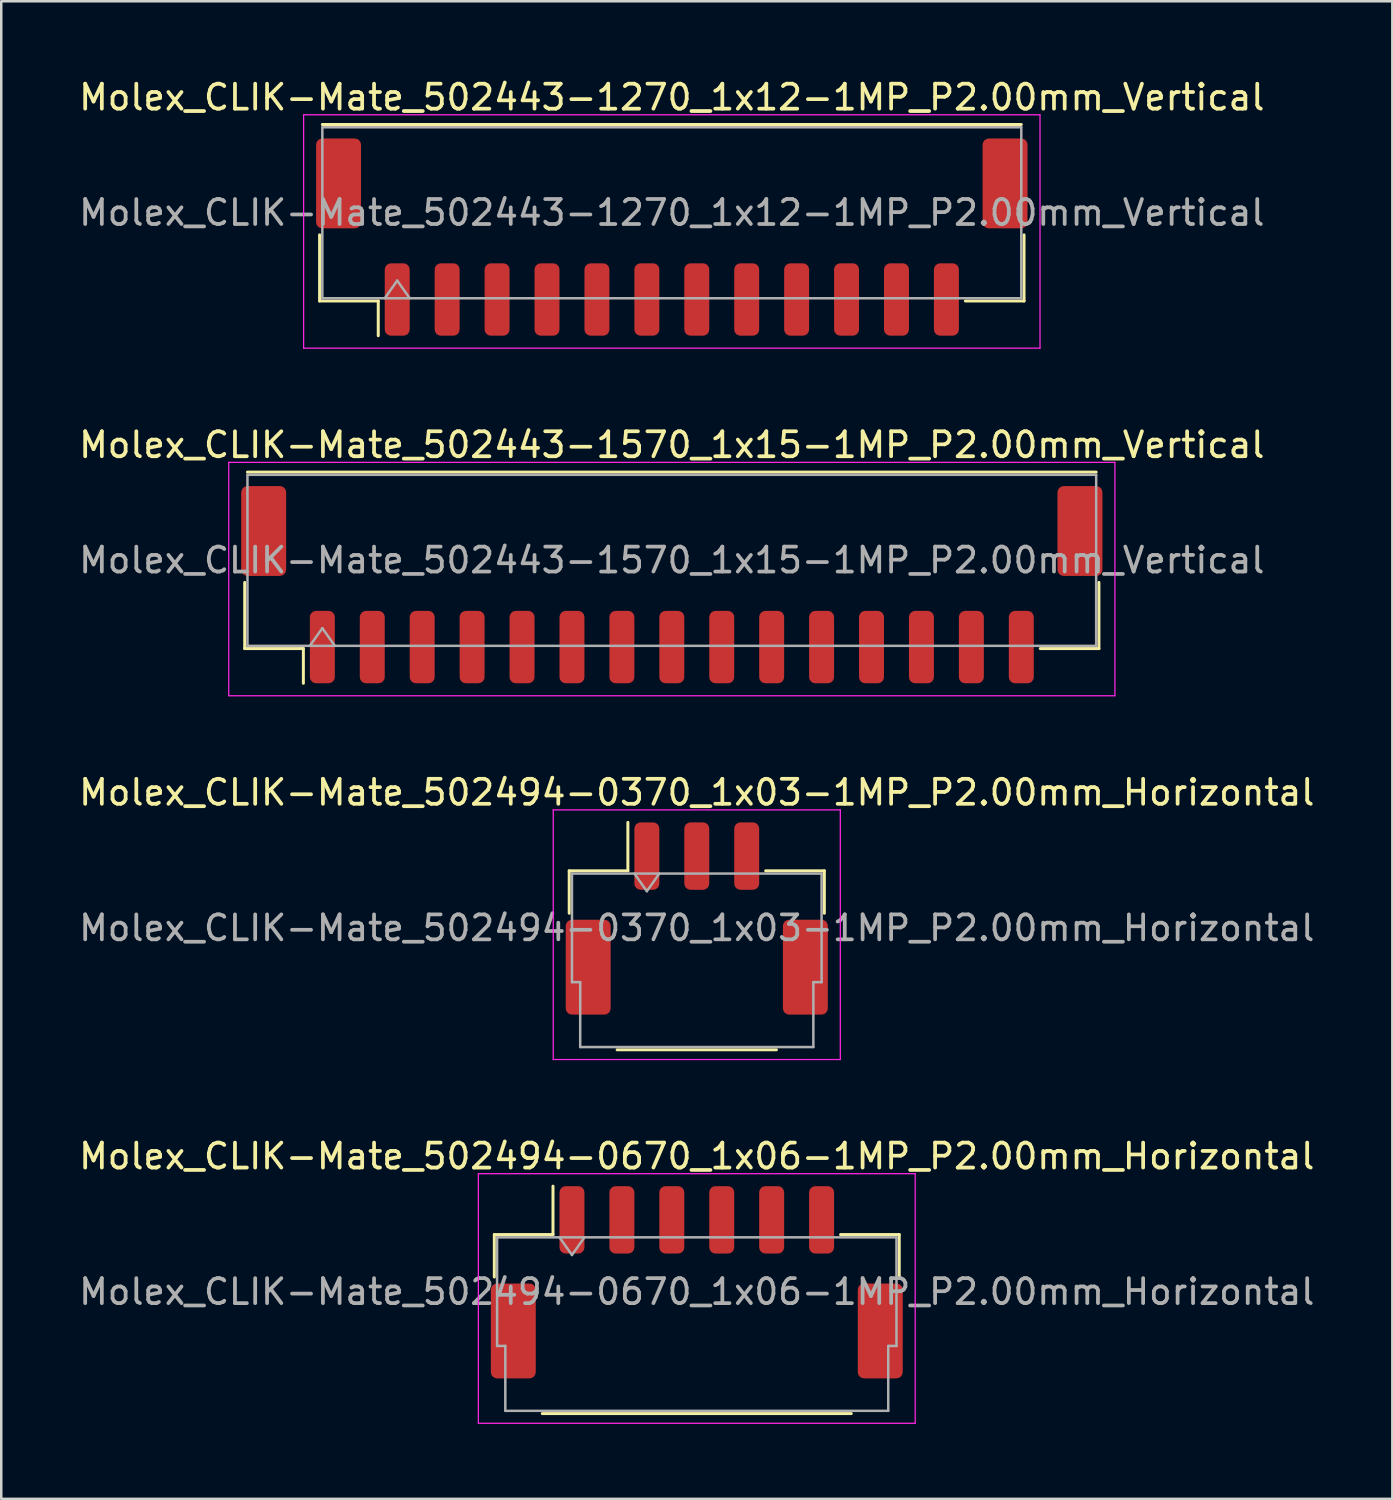
<source format=kicad_pcb>
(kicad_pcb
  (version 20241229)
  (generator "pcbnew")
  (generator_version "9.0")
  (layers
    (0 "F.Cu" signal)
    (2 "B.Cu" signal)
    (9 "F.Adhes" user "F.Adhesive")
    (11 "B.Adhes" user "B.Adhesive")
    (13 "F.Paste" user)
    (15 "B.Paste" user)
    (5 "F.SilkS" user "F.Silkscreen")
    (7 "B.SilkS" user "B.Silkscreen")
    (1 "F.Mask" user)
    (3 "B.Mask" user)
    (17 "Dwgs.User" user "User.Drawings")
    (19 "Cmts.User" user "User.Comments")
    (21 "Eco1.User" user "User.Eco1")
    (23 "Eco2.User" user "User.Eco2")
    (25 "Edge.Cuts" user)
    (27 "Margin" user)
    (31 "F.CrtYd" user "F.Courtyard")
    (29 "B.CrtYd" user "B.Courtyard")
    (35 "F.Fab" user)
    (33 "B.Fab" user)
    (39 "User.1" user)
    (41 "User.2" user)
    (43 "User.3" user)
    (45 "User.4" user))
  (footprint "Molex_CLIK-Mate_502443-1570_1x15-1MP_P2.00mm_Vertical"
    (layer "F.Cu")
    (at 23.863 20.372)
    (property "Reference" "Molex_CLIK-Mate_502443-1570_1x15-1MP_P2.00mm_Vertical" (at 0 -5.6 0) (layer "F.SilkS") (effects (font (size 1 1) (thickness 0.15))))
    (attr smd)
    (fp_line (start -17.11 -0.09) (end -17.11 2.56) (stroke (width 0.12) (type solid)) (layer "F.SilkS"))
    (fp_line (start -17.11 2.56) (end -14.76 2.56) (stroke (width 0.12) (type solid)) (layer "F.SilkS"))
    (fp_line (start -17 -4.51) (end 17 -4.51) (stroke (width 0.12) (type solid)) (layer "F.SilkS"))
    (fp_line (start -14.76 2.56) (end -14.76 3.95) (stroke (width 0.12) (type solid)) (layer "F.SilkS"))
    (fp_line (start 17.11 -0.09) (end 17.11 2.56) (stroke (width 0.12) (type solid)) (layer "F.SilkS"))
    (fp_line (start 17.11 2.56) (end 14.76 2.56) (stroke (width 0.12) (type solid)) (layer "F.SilkS"))
    (fp_line (start -17.75 -4.9) (end -17.75 4.45) (stroke (width 0.05) (type solid)) (layer "F.CrtYd"))
    (fp_line (start -17.75 4.45) (end 17.75 4.45) (stroke (width 0.05) (type solid)) (layer "F.CrtYd"))
    (fp_line (start 17.75 -4.9) (end -17.75 -4.9) (stroke (width 0.05) (type solid)) (layer "F.CrtYd"))
    (fp_line (start 17.75 4.45) (end 17.75 -4.9) (stroke (width 0.05) (type solid)) (layer "F.CrtYd"))
    (fp_line (start -17 -4.4) (end 17 -4.4) (stroke (width 0.1) (type solid)) (layer "F.Fab"))
    (fp_line (start -17 2.45) (end -17 -4.4) (stroke (width 0.1) (type solid)) (layer "F.Fab"))
    (fp_line (start -17 2.45) (end 17 2.45) (stroke (width 0.1) (type solid)) (layer "F.Fab"))
    (fp_line (start -14.5 2.45) (end -14 1.743) (stroke (width 0.1) (type solid)) (layer "F.Fab"))
    (fp_line (start -14 1.743) (end -13.5 2.45) (stroke (width 0.1) (type solid)) (layer "F.Fab"))
    (fp_line (start 17 2.45) (end 17 -4.4) (stroke (width 0.1) (type solid)) (layer "F.Fab"))
    (fp_text user "${REFERENCE}" (at 0 -0.98 0) (layer "F.Fab") (effects (font (size 1 1) (thickness 0.15))))
    (pad "1" smd roundrect (at -14 2.5) (size 1 2.9) (layers "F.Cu" "F.Mask" "F.Paste") (roundrect_rratio 0.25))
    (pad "2" smd roundrect (at -12 2.5) (size 1 2.9) (layers "F.Cu" "F.Mask" "F.Paste") (roundrect_rratio 0.25))
    (pad "3" smd roundrect (at -10 2.5) (size 1 2.9) (layers "F.Cu" "F.Mask" "F.Paste") (roundrect_rratio 0.25))
    (pad "4" smd roundrect (at -8 2.5) (size 1 2.9) (layers "F.Cu" "F.Mask" "F.Paste") (roundrect_rratio 0.25))
    (pad "5" smd roundrect (at -6 2.5) (size 1 2.9) (layers "F.Cu" "F.Mask" "F.Paste") (roundrect_rratio 0.25))
    (pad "6" smd roundrect (at -4 2.5) (size 1 2.9) (layers "F.Cu" "F.Mask" "F.Paste") (roundrect_rratio 0.25))
    (pad "7" smd roundrect (at -2 2.5) (size 1 2.9) (layers "F.Cu" "F.Mask" "F.Paste") (roundrect_rratio 0.25))
    (pad "8" smd roundrect (at 0 2.5) (size 1 2.9) (layers "F.Cu" "F.Mask" "F.Paste") (roundrect_rratio 0.25))
    (pad "9" smd roundrect (at 2 2.5) (size 1 2.9) (layers "F.Cu" "F.Mask" "F.Paste") (roundrect_rratio 0.25))
    (pad "10" smd roundrect (at 4 2.5) (size 1 2.9) (layers "F.Cu" "F.Mask" "F.Paste") (roundrect_rratio 0.25))
    (pad "11" smd roundrect (at 6 2.5) (size 1 2.9) (layers "F.Cu" "F.Mask" "F.Paste") (roundrect_rratio 0.25))
    (pad "12" smd roundrect (at 8 2.5) (size 1 2.9) (layers "F.Cu" "F.Mask" "F.Paste") (roundrect_rratio 0.25))
    (pad "13" smd roundrect (at 10 2.5) (size 1 2.9) (layers "F.Cu" "F.Mask" "F.Paste") (roundrect_rratio 0.25))
    (pad "14" smd roundrect (at 12 2.5) (size 1 2.9) (layers "F.Cu" "F.Mask" "F.Paste") (roundrect_rratio 0.25))
    (pad "15" smd roundrect (at 14 2.5) (size 1 2.9) (layers "F.Cu" "F.Mask" "F.Paste") (roundrect_rratio 0.25))
    (pad "MP" smd roundrect (at -16.35 -2.15) (size 1.8 3.6) (layers "F.Cu" "F.Mask" "F.Paste") (roundrect_rratio 0.139))
    (pad "MP" smd roundrect (at 16.35 -2.15) (size 1.8 3.6) (layers "F.Cu" "F.Mask" "F.Paste") (roundrect_rratio 0.139)))
  (footprint "Molex_CLIK-Mate_502443-1270_1x12-1MP_P2.00mm_Vertical"
    (layer "F.Cu")
    (at 23.863 6.448)
    (property "Reference" "Molex_CLIK-Mate_502443-1270_1x12-1MP_P2.00mm_Vertical" (at 0 -5.6 0) (layer "F.SilkS") (effects (font (size 1 1) (thickness 0.15))))
    (attr smd)
    (fp_line (start -14.11 -0.09) (end -14.11 2.56) (stroke (width 0.12) (type solid)) (layer "F.SilkS"))
    (fp_line (start -14.11 2.56) (end -11.76 2.56) (stroke (width 0.12) (type solid)) (layer "F.SilkS"))
    (fp_line (start -14 -4.51) (end 14 -4.51) (stroke (width 0.12) (type solid)) (layer "F.SilkS"))
    (fp_line (start -11.76 2.56) (end -11.76 3.95) (stroke (width 0.12) (type solid)) (layer "F.SilkS"))
    (fp_line (start 14.11 -0.09) (end 14.11 2.56) (stroke (width 0.12) (type solid)) (layer "F.SilkS"))
    (fp_line (start 14.11 2.56) (end 11.76 2.56) (stroke (width 0.12) (type solid)) (layer "F.SilkS"))
    (fp_line (start -14.75 -4.9) (end -14.75 4.45) (stroke (width 0.05) (type solid)) (layer "F.CrtYd"))
    (fp_line (start -14.75 4.45) (end 14.75 4.45) (stroke (width 0.05) (type solid)) (layer "F.CrtYd"))
    (fp_line (start 14.75 -4.9) (end -14.75 -4.9) (stroke (width 0.05) (type solid)) (layer "F.CrtYd"))
    (fp_line (start 14.75 4.45) (end 14.75 -4.9) (stroke (width 0.05) (type solid)) (layer "F.CrtYd"))
    (fp_line (start -14 -4.4) (end 14 -4.4) (stroke (width 0.1) (type solid)) (layer "F.Fab"))
    (fp_line (start -14 2.45) (end -14 -4.4) (stroke (width 0.1) (type solid)) (layer "F.Fab"))
    (fp_line (start -14 2.45) (end 14 2.45) (stroke (width 0.1) (type solid)) (layer "F.Fab"))
    (fp_line (start -11.5 2.45) (end -11 1.743) (stroke (width 0.1) (type solid)) (layer "F.Fab"))
    (fp_line (start -11 1.743) (end -10.5 2.45) (stroke (width 0.1) (type solid)) (layer "F.Fab"))
    (fp_line (start 14 2.45) (end 14 -4.4) (stroke (width 0.1) (type solid)) (layer "F.Fab"))
    (fp_text user "${REFERENCE}" (at 0 -0.98 0) (layer "F.Fab") (effects (font (size 1 1) (thickness 0.15))))
    (pad "1" smd roundrect (at -11 2.5) (size 1 2.9) (layers "F.Cu" "F.Mask" "F.Paste") (roundrect_rratio 0.25))
    (pad "2" smd roundrect (at -9 2.5) (size 1 2.9) (layers "F.Cu" "F.Mask" "F.Paste") (roundrect_rratio 0.25))
    (pad "3" smd roundrect (at -7 2.5) (size 1 2.9) (layers "F.Cu" "F.Mask" "F.Paste") (roundrect_rratio 0.25))
    (pad "4" smd roundrect (at -5 2.5) (size 1 2.9) (layers "F.Cu" "F.Mask" "F.Paste") (roundrect_rratio 0.25))
    (pad "5" smd roundrect (at -3 2.5) (size 1 2.9) (layers "F.Cu" "F.Mask" "F.Paste") (roundrect_rratio 0.25))
    (pad "6" smd roundrect (at -1 2.5) (size 1 2.9) (layers "F.Cu" "F.Mask" "F.Paste") (roundrect_rratio 0.25))
    (pad "7" smd roundrect (at 1 2.5) (size 1 2.9) (layers "F.Cu" "F.Mask" "F.Paste") (roundrect_rratio 0.25))
    (pad "8" smd roundrect (at 3 2.5) (size 1 2.9) (layers "F.Cu" "F.Mask" "F.Paste") (roundrect_rratio 0.25))
    (pad "9" smd roundrect (at 5 2.5) (size 1 2.9) (layers "F.Cu" "F.Mask" "F.Paste") (roundrect_rratio 0.25))
    (pad "10" smd roundrect (at 7 2.5) (size 1 2.9) (layers "F.Cu" "F.Mask" "F.Paste") (roundrect_rratio 0.25))
    (pad "11" smd roundrect (at 9 2.5) (size 1 2.9) (layers "F.Cu" "F.Mask" "F.Paste") (roundrect_rratio 0.25))
    (pad "12" smd roundrect (at 11 2.5) (size 1 2.9) (layers "F.Cu" "F.Mask" "F.Paste") (roundrect_rratio 0.25))
    (pad "MP" smd roundrect (at -13.35 -2.15) (size 1.8 3.6) (layers "F.Cu" "F.Mask" "F.Paste") (roundrect_rratio 0.139))
    (pad "MP" smd roundrect (at 13.35 -2.15) (size 1.8 3.6) (layers "F.Cu" "F.Mask" "F.Paste") (roundrect_rratio 0.139)))
  (footprint "Molex_CLIK-Mate_502494-0370_1x03-1MP_P2.00mm_Horizontal"
    (layer "F.Cu")
    (at 24.863 33.745)
    (property "Reference" "Molex_CLIK-Mate_502494-0370_1x03-1MP_P2.00mm_Horizontal" (at 0 -5.05 0) (layer "F.SilkS") (effects (font (size 1 1) (thickness 0.15))))
    (attr smd)
    (fp_line (start -5.11 -1.91) (end -2.76 -1.91) (stroke (width 0.12) (type solid)) (layer "F.SilkS"))
    (fp_line (start -5.11 -0.21) (end -5.11 -1.91) (stroke (width 0.12) (type solid)) (layer "F.SilkS"))
    (fp_line (start -3.19 5.26) (end 3.19 5.26) (stroke (width 0.12) (type solid)) (layer "F.SilkS"))
    (fp_line (start -2.76 -1.91) (end -2.76 -3.85) (stroke (width 0.12) (type solid)) (layer "F.SilkS"))
    (fp_line (start 5.11 -1.91) (end 2.76 -1.91) (stroke (width 0.12) (type solid)) (layer "F.SilkS"))
    (fp_line (start 5.11 -0.21) (end 5.11 -1.91) (stroke (width 0.12) (type solid)) (layer "F.SilkS"))
    (fp_line (start -5.75 -4.35) (end -5.75 5.65) (stroke (width 0.05) (type solid)) (layer "F.CrtYd"))
    (fp_line (start -5.75 5.65) (end 5.75 5.65) (stroke (width 0.05) (type solid)) (layer "F.CrtYd"))
    (fp_line (start 5.75 -4.35) (end -5.75 -4.35) (stroke (width 0.05) (type solid)) (layer "F.CrtYd"))
    (fp_line (start 5.75 5.65) (end 5.75 -4.35) (stroke (width 0.05) (type solid)) (layer "F.CrtYd"))
    (fp_line (start -5 -1.8) (end -5 2.55) (stroke (width 0.1) (type solid)) (layer "F.Fab"))
    (fp_line (start -5 -1.8) (end 5 -1.8) (stroke (width 0.1) (type solid)) (layer "F.Fab"))
    (fp_line (start -5 2.55) (end -4.67 2.55) (stroke (width 0.1) (type solid)) (layer "F.Fab"))
    (fp_line (start -4.67 2.55) (end -4.67 5.15) (stroke (width 0.1) (type solid)) (layer "F.Fab"))
    (fp_line (start -4.67 5.15) (end 4.67 5.15) (stroke (width 0.1) (type solid)) (layer "F.Fab"))
    (fp_line (start -2.5 -1.8) (end -2 -1.093) (stroke (width 0.1) (type solid)) (layer "F.Fab"))
    (fp_line (start -2 -1.093) (end -1.5 -1.8) (stroke (width 0.1) (type solid)) (layer "F.Fab"))
    (fp_line (start 4.67 2.55) (end 5 2.55) (stroke (width 0.1) (type solid)) (layer "F.Fab"))
    (fp_line (start 4.67 5.15) (end 4.67 2.55) (stroke (width 0.1) (type solid)) (layer "F.Fab"))
    (fp_line (start 5 -1.8) (end 5 2.55) (stroke (width 0.1) (type solid)) (layer "F.Fab"))
    (fp_text user "${REFERENCE}" (at 0 0.38 0) (layer "F.Fab") (effects (font (size 1 1) (thickness 0.15))))
    (pad "1" smd roundrect (at -2 -2.5) (size 1 2.7) (layers "F.Cu" "F.Mask" "F.Paste") (roundrect_rratio 0.25))
    (pad "2" smd roundrect (at 0 -2.5) (size 1 2.7) (layers "F.Cu" "F.Mask" "F.Paste") (roundrect_rratio 0.25))
    (pad "3" smd roundrect (at 2 -2.5) (size 1 2.7) (layers "F.Cu" "F.Mask" "F.Paste") (roundrect_rratio 0.25))
    (pad "MP" smd roundrect (at -4.35 1.95) (size 1.8 3.8) (layers "F.Cu" "F.Mask" "F.Paste") (roundrect_rratio 0.139))
    (pad "MP" smd roundrect (at 4.35 1.95) (size 1.8 3.8) (layers "F.Cu" "F.Mask" "F.Paste") (roundrect_rratio 0.139)))
  (footprint "Molex_CLIK-Mate_502494-0670_1x06-1MP_P2.00mm_Horizontal"
    (layer "F.Cu")
    (at 24.863 48.318)
    (property "Reference" "Molex_CLIK-Mate_502494-0670_1x06-1MP_P2.00mm_Horizontal" (at 0 -5.05 0) (layer "F.SilkS") (effects (font (size 1 1) (thickness 0.15))))
    (attr smd)
    (fp_line (start -8.11 -1.91) (end -5.76 -1.91) (stroke (width 0.12) (type solid)) (layer "F.SilkS"))
    (fp_line (start -8.11 -0.21) (end -8.11 -1.91) (stroke (width 0.12) (type solid)) (layer "F.SilkS"))
    (fp_line (start -6.19 5.26) (end 6.19 5.26) (stroke (width 0.12) (type solid)) (layer "F.SilkS"))
    (fp_line (start -5.76 -1.91) (end -5.76 -3.85) (stroke (width 0.12) (type solid)) (layer "F.SilkS"))
    (fp_line (start 8.11 -1.91) (end 5.76 -1.91) (stroke (width 0.12) (type solid)) (layer "F.SilkS"))
    (fp_line (start 8.11 -0.21) (end 8.11 -1.91) (stroke (width 0.12) (type solid)) (layer "F.SilkS"))
    (fp_line (start -8.75 -4.35) (end -8.75 5.65) (stroke (width 0.05) (type solid)) (layer "F.CrtYd"))
    (fp_line (start -8.75 5.65) (end 8.75 5.65) (stroke (width 0.05) (type solid)) (layer "F.CrtYd"))
    (fp_line (start 8.75 -4.35) (end -8.75 -4.35) (stroke (width 0.05) (type solid)) (layer "F.CrtYd"))
    (fp_line (start 8.75 5.65) (end 8.75 -4.35) (stroke (width 0.05) (type solid)) (layer "F.CrtYd"))
    (fp_line (start -8 -1.8) (end -8 2.55) (stroke (width 0.1) (type solid)) (layer "F.Fab"))
    (fp_line (start -8 -1.8) (end 8 -1.8) (stroke (width 0.1) (type solid)) (layer "F.Fab"))
    (fp_line (start -8 2.55) (end -7.67 2.55) (stroke (width 0.1) (type solid)) (layer "F.Fab"))
    (fp_line (start -7.67 2.55) (end -7.67 5.15) (stroke (width 0.1) (type solid)) (layer "F.Fab"))
    (fp_line (start -7.67 5.15) (end 7.67 5.15) (stroke (width 0.1) (type solid)) (layer "F.Fab"))
    (fp_line (start -5.5 -1.8) (end -5 -1.093) (stroke (width 0.1) (type solid)) (layer "F.Fab"))
    (fp_line (start -5 -1.093) (end -4.5 -1.8) (stroke (width 0.1) (type solid)) (layer "F.Fab"))
    (fp_line (start 7.67 2.55) (end 8 2.55) (stroke (width 0.1) (type solid)) (layer "F.Fab"))
    (fp_line (start 7.67 5.15) (end 7.67 2.55) (stroke (width 0.1) (type solid)) (layer "F.Fab"))
    (fp_line (start 8 -1.8) (end 8 2.55) (stroke (width 0.1) (type solid)) (layer "F.Fab"))
    (fp_text user "${REFERENCE}" (at 0 0.38 0) (layer "F.Fab") (effects (font (size 1 1) (thickness 0.15))))
    (pad "1" smd roundrect (at -5 -2.5) (size 1 2.7) (layers "F.Cu" "F.Mask" "F.Paste") (roundrect_rratio 0.25))
    (pad "2" smd roundrect (at -3 -2.5) (size 1 2.7) (layers "F.Cu" "F.Mask" "F.Paste") (roundrect_rratio 0.25))
    (pad "3" smd roundrect (at -1 -2.5) (size 1 2.7) (layers "F.Cu" "F.Mask" "F.Paste") (roundrect_rratio 0.25))
    (pad "4" smd roundrect (at 1 -2.5) (size 1 2.7) (layers "F.Cu" "F.Mask" "F.Paste") (roundrect_rratio 0.25))
    (pad "5" smd roundrect (at 3 -2.5) (size 1 2.7) (layers "F.Cu" "F.Mask" "F.Paste") (roundrect_rratio 0.25))
    (pad "6" smd roundrect (at 5 -2.5) (size 1 2.7) (layers "F.Cu" "F.Mask" "F.Paste") (roundrect_rratio 0.25))
    (pad "MP" smd roundrect (at -7.35 1.95) (size 1.8 3.8) (layers "F.Cu" "F.Mask" "F.Paste") (roundrect_rratio 0.139))
    (pad "MP" smd roundrect (at 7.35 1.95) (size 1.8 3.8) (layers "F.Cu" "F.Mask" "F.Paste") (roundrect_rratio 0.139)))
  (gr_rect
    (start -3 -3)
    (end 52.726 56.993)
    (stroke (width 0.1) (type default))
    (fill no)
    (layer "Edge.Cuts")))
</source>
